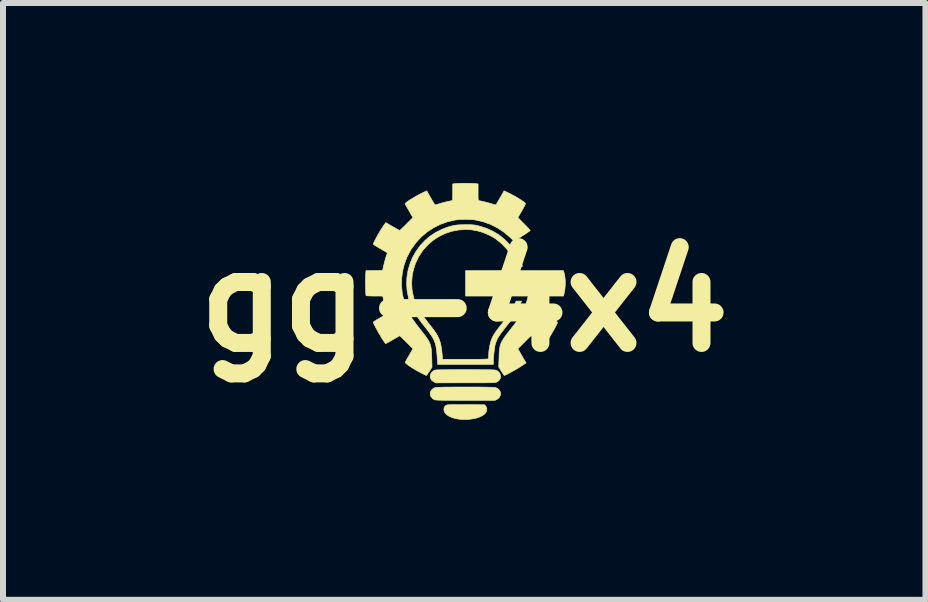
<source format=kicad_pcb>
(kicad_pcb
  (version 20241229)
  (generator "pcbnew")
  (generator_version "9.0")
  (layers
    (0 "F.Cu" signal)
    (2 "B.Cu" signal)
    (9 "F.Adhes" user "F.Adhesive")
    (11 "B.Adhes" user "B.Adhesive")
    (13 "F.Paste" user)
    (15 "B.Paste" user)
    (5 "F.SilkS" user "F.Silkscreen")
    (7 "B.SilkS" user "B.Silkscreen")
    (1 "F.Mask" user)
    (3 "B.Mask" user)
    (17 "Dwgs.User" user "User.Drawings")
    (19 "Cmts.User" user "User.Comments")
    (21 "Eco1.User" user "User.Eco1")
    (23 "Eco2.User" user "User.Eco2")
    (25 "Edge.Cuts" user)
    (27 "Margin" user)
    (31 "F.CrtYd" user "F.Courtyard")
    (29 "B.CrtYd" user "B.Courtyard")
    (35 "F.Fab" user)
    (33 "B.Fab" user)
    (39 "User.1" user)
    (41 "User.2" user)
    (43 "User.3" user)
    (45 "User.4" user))
  (footprint "gg-4x4"
    (layer "F.Cu")
    (at 4.688 1.977)
    (property "Reference" "gg-4x4" (at 0 0 0) (layer "F.SilkS") (effects (font (size 1.524 1.524) (thickness 0.3))))
    (attr through_hole)
    (fp_poly (pts (xy 0.023 1.718) (xy 0.034 1.718) (xy 0.34 1.72) (xy 0.359 1.742) (xy 0.373 1.765) (xy 0.377 1.794) (xy 0.377 1.798) (xy 0.37 1.833) (xy 0.348 1.866) (xy 0.313 1.896) (xy 0.265 1.921) (xy 0.206 1.941) (xy 0.183 1.947) (xy 0.11 1.959) (xy 0.034 1.966) (xy -0.039 1.965) (xy -0.065 1.963) (xy -0.14 1.951) (xy -0.203 1.933) (xy -0.256 1.91) (xy -0.296 1.882) (xy -0.324 1.85) (xy -0.337 1.814) (xy -0.339 1.798) (xy -0.333 1.763) (xy -0.316 1.738) (xy -0.294 1.725) (xy -0.283 1.722) (xy -0.262 1.72) (xy -0.23 1.719) (xy -0.187 1.718) (xy -0.13 1.718) (xy -0.061 1.718) (xy 0.023 1.718)) (stroke (width 0.01) (type solid)) (fill yes) (layer "F.SilkS"))
    (fp_poly (pts (xy 0.085 1.424) (xy 0.161 1.424) (xy 0.235 1.424) (xy 0.303 1.425) (xy 0.366 1.426) (xy 0.42 1.427) (xy 0.464 1.428) (xy 0.497 1.43) (xy 0.516 1.432) (xy 0.519 1.432) (xy 0.557 1.448) (xy 0.584 1.473) (xy 0.601 1.503) (xy 0.606 1.536) (xy 0.6 1.57) (xy 0.583 1.601) (xy 0.553 1.626) (xy 0.546 1.63) (xy 0.513 1.647) (xy 0.02 1.647) (xy -0.083 1.647) (xy -0.172 1.646) (xy -0.248 1.646) (xy -0.311 1.646) (xy -0.363 1.645) (xy -0.405 1.644) (xy -0.438 1.643) (xy -0.463 1.641) (xy -0.48 1.64) (xy -0.492 1.638) (xy -0.497 1.636) (xy -0.53 1.615) (xy -0.554 1.585) (xy -0.567 1.551) (xy -0.567 1.516) (xy -0.566 1.513) (xy -0.552 1.484) (xy -0.528 1.457) (xy -0.497 1.438) (xy -0.482 1.433) (xy -0.466 1.431) (xy -0.438 1.429) (xy -0.397 1.428) (xy -0.346 1.426) (xy -0.286 1.425) (xy -0.219 1.425) (xy -0.147 1.424) (xy -0.071 1.424) (xy 0.007 1.424) (xy 0.085 1.424)) (stroke (width 0.01) (type solid)) (fill yes) (layer "F.SilkS"))
    (fp_poly (pts (xy 0.119 1.135) (xy 0.205 1.135) (xy 0.278 1.136) (xy 0.339 1.136) (xy 0.389 1.136) (xy 0.429 1.137) (xy 0.461 1.138) (xy 0.486 1.139) (xy 0.505 1.14) (xy 0.519 1.142) (xy 0.529 1.144) (xy 0.536 1.146) (xy 0.543 1.149) (xy 0.546 1.151) (xy 0.579 1.177) (xy 0.599 1.209) (xy 0.607 1.243) (xy 0.603 1.276) (xy 0.587 1.307) (xy 0.558 1.332) (xy 0.544 1.34) (xy 0.537 1.343) (xy 0.529 1.345) (xy 0.519 1.347) (xy 0.505 1.349) (xy 0.487 1.351) (xy 0.463 1.352) (xy 0.432 1.353) (xy 0.393 1.353) (xy 0.345 1.354) (xy 0.287 1.354) (xy 0.216 1.354) (xy 0.133 1.354) (xy 0.036 1.354) (xy 0.019 1.354) (xy -0.475 1.355) (xy -0.508 1.337) (xy -0.541 1.313) (xy -0.561 1.282) (xy -0.568 1.248) (xy -0.563 1.214) (xy -0.544 1.182) (xy -0.513 1.154) (xy -0.508 1.151) (xy -0.502 1.148) (xy -0.496 1.145) (xy -0.488 1.143) (xy -0.477 1.141) (xy -0.461 1.139) (xy -0.441 1.138) (xy -0.414 1.137) (xy -0.379 1.137) (xy -0.336 1.136) (xy -0.283 1.136) (xy -0.218 1.135) (xy -0.141 1.135) (xy -0.051 1.135) (xy 0.019 1.135) (xy 0.119 1.135)) (stroke (width 0.01) (type solid)) (fill yes) (layer "F.SilkS"))
    (fp_poly (pts (xy 1.662 -0.491) (xy 1.677 -0.423) (xy 1.685 -0.347) (xy 1.684 -0.267) (xy 1.676 -0.188) (xy 1.663 -0.124) (xy 1.654 -0.092) (xy 1.526 -0.092) (xy 1.397 -0.092) (xy 1.383 -0.021) (xy 1.374 0.02) (xy 1.362 0.067) (xy 1.349 0.112) (xy 1.344 0.125) (xy 1.319 0.201) (xy 1.437 0.268) (xy 1.475 0.29) (xy 1.508 0.31) (xy 1.534 0.327) (xy 1.55 0.339) (xy 1.555 0.344) (xy 1.551 0.358) (xy 1.541 0.381) (xy 1.525 0.413) (xy 1.505 0.451) (xy 1.482 0.492) (xy 1.457 0.535) (xy 1.432 0.577) (xy 1.408 0.616) (xy 1.386 0.65) (xy 1.368 0.677) (xy 1.354 0.694) (xy 1.346 0.7) (xy 1.338 0.697) (xy 1.319 0.687) (xy 1.291 0.671) (xy 1.257 0.652) (xy 1.229 0.635) (xy 1.192 0.613) (xy 1.159 0.595) (xy 1.134 0.581) (xy 1.118 0.572) (xy 1.113 0.57) (xy 1.107 0.575) (xy 1.092 0.589) (xy 1.069 0.611) (xy 1.04 0.639) (xy 1.008 0.672) (xy 1.002 0.678) (xy 0.894 0.786) (xy 0.948 0.88) (xy 0.969 0.916) (xy 0.988 0.95) (xy 1.004 0.977) (xy 1.015 0.995) (xy 1.017 0.998) (xy 1.032 1.022) (xy 0.944 1.08) (xy 0.917 1.098) (xy 0.882 1.119) (xy 0.844 1.141) (xy 0.804 1.163) (xy 0.764 1.185) (xy 0.729 1.204) (xy 0.699 1.219) (xy 0.677 1.228) (xy 0.667 1.232) (xy 0.662 1.225) (xy 0.65 1.209) (xy 0.634 1.184) (xy 0.619 1.161) (xy 0.575 1.09) (xy 0.58 0.943) (xy 0.582 0.878) (xy 0.585 0.823) (xy 0.591 0.776) (xy 0.6 0.734) (xy 0.613 0.695) (xy 0.632 0.657) (xy 0.657 0.616) (xy 0.688 0.571) (xy 0.728 0.518) (xy 0.765 0.472) (xy 0.799 0.428) (xy 0.833 0.385) (xy 0.863 0.345) (xy 0.888 0.311) (xy 0.907 0.285) (xy 0.911 0.279) (xy 0.942 0.228) (xy 0.973 0.169) (xy 1.001 0.107) (xy 1.026 0.045) (xy 1.046 -0.013) (xy 1.058 -0.062) (xy 1.059 -0.064) (xy 1.064 -0.092) (xy 0.023 -0.092) (xy 0.023 -0.516) (xy 1.654 -0.516) (xy 1.662 -0.491)) (stroke (width 0.01) (type solid)) (fill yes) (layer "F.SilkS"))
    (fp_poly (pts (xy 0.075 -1.281) (xy 0.115 -1.281) (xy 0.147 -1.279) (xy 0.174 -1.276) (xy 0.2 -1.272) (xy 0.227 -1.265) (xy 0.249 -1.26) (xy 0.369 -1.222) (xy 0.479 -1.172) (xy 0.58 -1.111) (xy 0.673 -1.037) (xy 0.757 -0.951) (xy 0.833 -0.852) (xy 0.901 -0.74) (xy 0.926 -0.694) (xy 0.947 -0.651) (xy 0.961 -0.621) (xy 0.967 -0.6) (xy 0.967 -0.587) (xy 0.961 -0.58) (xy 0.947 -0.578) (xy 0.929 -0.578) (xy 0.889 -0.578) (xy 0.845 -0.668) (xy 0.785 -0.774) (xy 0.714 -0.87) (xy 0.638 -0.951) (xy 0.578 -1.004) (xy 0.521 -1.048) (xy 0.46 -1.085) (xy 0.405 -1.113) (xy 0.309 -1.153) (xy 0.215 -1.18) (xy 0.121 -1.196) (xy 0.02 -1.201) (xy 0.019 -1.201) (xy -0.097 -1.193) (xy -0.21 -1.171) (xy -0.318 -1.135) (xy -0.421 -1.085) (xy -0.516 -1.023) (xy -0.604 -0.948) (xy -0.682 -0.862) (xy -0.7 -0.839) (xy -0.762 -0.742) (xy -0.811 -0.64) (xy -0.847 -0.532) (xy -0.868 -0.42) (xy -0.876 -0.307) (xy -0.869 -0.193) (xy -0.847 -0.081) (xy -0.842 -0.062) (xy -0.828 -0.018) (xy -0.813 0.024) (xy -0.794 0.065) (xy -0.772 0.108) (xy -0.745 0.153) (xy -0.712 0.203) (xy -0.673 0.259) (xy -0.625 0.322) (xy -0.569 0.394) (xy -0.546 0.423) (xy -0.503 0.48) (xy -0.467 0.532) (xy -0.439 0.58) (xy -0.417 0.628) (xy -0.4 0.679) (xy -0.387 0.735) (xy -0.376 0.801) (xy -0.368 0.877) (xy -0.365 0.91) (xy -0.361 0.962) (xy 0.019 0.962) (xy 0.106 0.962) (xy 0.179 0.962) (xy 0.239 0.962) (xy 0.287 0.961) (xy 0.325 0.96) (xy 0.353 0.959) (xy 0.374 0.958) (xy 0.388 0.957) (xy 0.397 0.955) (xy 0.402 0.952) (xy 0.403 0.95) (xy 0.406 0.936) (xy 0.407 0.913) (xy 0.408 0.886) (xy 0.411 0.826) (xy 0.421 0.76) (xy 0.435 0.695) (xy 0.452 0.638) (xy 0.454 0.632) (xy 0.467 0.603) (xy 0.481 0.573) (xy 0.5 0.542) (xy 0.523 0.507) (xy 0.553 0.466) (xy 0.59 0.417) (xy 0.636 0.359) (xy 0.64 0.354) (xy 0.686 0.296) (xy 0.723 0.247) (xy 0.753 0.204) (xy 0.778 0.166) (xy 0.8 0.13) (xy 0.819 0.093) (xy 0.832 0.065) (xy 0.866 -0.008) (xy 0.954 -0.008) (xy 0.936 0.041) (xy 0.915 0.092) (xy 0.892 0.141) (xy 0.864 0.19) (xy 0.831 0.241) (xy 0.791 0.297) (xy 0.742 0.362) (xy 0.739 0.365) (xy 0.709 0.403) (xy 0.678 0.443) (xy 0.648 0.481) (xy 0.625 0.511) (xy 0.582 0.57) (xy 0.551 0.625) (xy 0.527 0.68) (xy 0.515 0.722) (xy 0.509 0.753) (xy 0.503 0.795) (xy 0.497 0.844) (xy 0.492 0.896) (xy 0.488 0.948) (xy 0.485 0.994) (xy 0.485 1.018) (xy 0.485 1.047) (xy -0.443 1.047) (xy -0.452 0.91) (xy -0.458 0.841) (xy -0.465 0.781) (xy -0.474 0.729) (xy -0.488 0.682) (xy -0.506 0.638) (xy -0.531 0.592) (xy -0.563 0.544) (xy -0.602 0.49) (xy -0.651 0.427) (xy -0.711 0.351) (xy -0.761 0.283) (xy -0.803 0.222) (xy -0.838 0.166) (xy -0.866 0.113) (xy -0.89 0.06) (xy -0.909 0.006) (xy -0.926 -0.051) (xy -0.927 -0.054) (xy -0.951 -0.172) (xy -0.96 -0.289) (xy -0.955 -0.405) (xy -0.937 -0.518) (xy -0.905 -0.628) (xy -0.862 -0.734) (xy -0.806 -0.833) (xy -0.74 -0.926) (xy -0.662 -1.011) (xy -0.575 -1.086) (xy -0.479 -1.151) (xy -0.373 -1.204) (xy -0.308 -1.23) (xy -0.254 -1.248) (xy -0.207 -1.261) (xy -0.163 -1.271) (xy -0.117 -1.277) (xy -0.066 -1.28) (xy -0.006 -1.281) (xy 0.023 -1.282) (xy 0.075 -1.281)) (stroke (width 0.01) (type solid)) (fill yes) (layer "F.SilkS"))
    (fp_poly (pts (xy 0.087 -1.972) (xy 0.134 -1.97) (xy 0.171 -1.968) (xy 0.183 -1.967) (xy 0.231 -1.961) (xy 0.231 -1.824) (xy 0.231 -1.775) (xy 0.231 -1.739) (xy 0.232 -1.714) (xy 0.234 -1.698) (xy 0.237 -1.689) (xy 0.241 -1.685) (xy 0.246 -1.683) (xy 0.248 -1.682) (xy 0.264 -1.679) (xy 0.29 -1.674) (xy 0.32 -1.667) (xy 0.323 -1.666) (xy 0.358 -1.658) (xy 0.4 -1.647) (xy 0.441 -1.634) (xy 0.453 -1.631) (xy 0.487 -1.62) (xy 0.51 -1.614) (xy 0.523 -1.613) (xy 0.531 -1.616) (xy 0.532 -1.617) (xy 0.538 -1.627) (xy 0.55 -1.648) (xy 0.567 -1.677) (xy 0.587 -1.712) (xy 0.602 -1.737) (xy 0.664 -1.846) (xy 0.723 -1.819) (xy 0.762 -1.8) (xy 0.805 -1.777) (xy 0.85 -1.753) (xy 0.894 -1.727) (xy 0.934 -1.702) (xy 0.97 -1.678) (xy 0.997 -1.658) (xy 1.015 -1.643) (xy 1.021 -1.635) (xy 1.019 -1.626) (xy 1.009 -1.605) (xy 0.995 -1.576) (xy 0.976 -1.541) (xy 0.96 -1.513) (xy 0.894 -1.4) (xy 0.998 -1.296) (xy 1.03 -1.264) (xy 1.058 -1.234) (xy 1.08 -1.21) (xy 1.094 -1.193) (xy 1.099 -1.184) (xy 1.099 -1.184) (xy 1.092 -1.177) (xy 1.074 -1.164) (xy 1.046 -1.145) (xy 1.012 -1.122) (xy 0.972 -1.097) (xy 0.963 -1.091) (xy 0.831 -1.007) (xy 0.762 -1.073) (xy 0.66 -1.158) (xy 0.553 -1.229) (xy 0.439 -1.286) (xy 0.318 -1.33) (xy 0.193 -1.359) (xy 0.146 -1.365) (xy 0.089 -1.368) (xy 0.026 -1.37) (xy -0.037 -1.369) (xy -0.096 -1.366) (xy -0.146 -1.36) (xy -0.155 -1.359) (xy -0.281 -1.329) (xy -0.401 -1.286) (xy -0.514 -1.229) (xy -0.619 -1.16) (xy -0.715 -1.079) (xy -0.801 -0.986) (xy -0.877 -0.883) (xy -0.897 -0.85) (xy -0.955 -0.74) (xy -0.998 -0.624) (xy -1.028 -0.503) (xy -1.043 -0.38) (xy -1.045 -0.256) (xy -1.032 -0.132) (xy -1.004 -0.01) (xy -0.985 0.05) (xy -0.967 0.098) (xy -0.947 0.144) (xy -0.925 0.188) (xy -0.899 0.233) (xy -0.869 0.281) (xy -0.831 0.334) (xy -0.787 0.394) (xy -0.734 0.463) (xy -0.717 0.484) (xy -0.671 0.543) (xy -0.634 0.592) (xy -0.605 0.635) (xy -0.583 0.675) (xy -0.567 0.713) (xy -0.556 0.753) (xy -0.549 0.797) (xy -0.544 0.848) (xy -0.542 0.909) (xy -0.541 0.94) (xy -0.537 1.092) (xy -0.581 1.162) (xy -0.6 1.19) (xy -0.615 1.213) (xy -0.626 1.227) (xy -0.63 1.231) (xy -0.639 1.228) (xy -0.658 1.219) (xy -0.685 1.206) (xy -0.712 1.192) (xy -0.794 1.149) (xy -0.871 1.103) (xy -0.938 1.058) (xy -0.945 1.052) (xy -0.969 1.033) (xy -0.98 1.02) (xy -0.982 1.01) (xy -0.976 0.999) (xy -0.964 0.977) (xy -0.948 0.948) (xy -0.928 0.913) (xy -0.916 0.891) (xy -0.854 0.786) (xy -0.963 0.678) (xy -0.996 0.645) (xy -1.025 0.616) (xy -1.049 0.593) (xy -1.066 0.577) (xy -1.074 0.57) (xy -1.074 0.57) (xy -1.081 0.573) (xy -1.099 0.583) (xy -1.127 0.599) (xy -1.16 0.618) (xy -1.189 0.635) (xy -1.227 0.657) (xy -1.26 0.675) (xy -1.286 0.689) (xy -1.303 0.698) (xy -1.308 0.7) (xy -1.316 0.694) (xy -1.33 0.676) (xy -1.348 0.649) (xy -1.37 0.615) (xy -1.394 0.575) (xy -1.419 0.533) (xy -1.443 0.491) (xy -1.466 0.449) (xy -1.486 0.412) (xy -1.502 0.38) (xy -1.512 0.357) (xy -1.516 0.344) (xy -1.516 0.343) (xy -1.51 0.337) (xy -1.492 0.325) (xy -1.465 0.307) (xy -1.431 0.287) (xy -1.398 0.268) (xy -1.281 0.201) (xy -1.307 0.122) (xy -1.319 0.08) (xy -1.332 0.034) (xy -1.342 -0.009) (xy -1.345 -0.025) (xy -1.359 -0.092) (xy -1.495 -0.092) (xy -1.545 -0.093) (xy -1.586 -0.094) (xy -1.616 -0.096) (xy -1.632 -0.098) (xy -1.636 -0.1) (xy -1.638 -0.112) (xy -1.641 -0.136) (xy -1.643 -0.17) (xy -1.644 -0.211) (xy -1.645 -0.256) (xy -1.646 -0.303) (xy -1.646 -0.349) (xy -1.645 -0.39) (xy -1.644 -0.425) (xy -1.644 -0.433) (xy -1.638 -0.515) (xy -1.36 -0.52) (xy -1.343 -0.6) (xy -1.332 -0.643) (xy -1.32 -0.69) (xy -1.308 -0.732) (xy -1.303 -0.747) (xy -1.281 -0.813) (xy -1.398 -0.882) (xy -1.436 -0.904) (xy -1.469 -0.924) (xy -1.495 -0.94) (xy -1.511 -0.952) (xy -1.516 -0.956) (xy -1.512 -0.971) (xy -1.502 -0.995) (xy -1.485 -1.028) (xy -1.464 -1.067) (xy -1.441 -1.11) (xy -1.415 -1.154) (xy -1.39 -1.196) (xy -1.365 -1.235) (xy -1.343 -1.268) (xy -1.337 -1.276) (xy -1.307 -1.317) (xy -1.279 -1.3) (xy -1.243 -1.279) (xy -1.205 -1.257) (xy -1.167 -1.236) (xy -1.134 -1.217) (xy -1.105 -1.201) (xy -1.085 -1.19) (xy -1.076 -1.185) (xy -1.075 -1.185) (xy -1.069 -1.191) (xy -1.053 -1.205) (xy -1.03 -1.227) (xy -1.001 -1.255) (xy -0.968 -1.287) (xy -0.963 -1.293) (xy -0.855 -1.4) (xy -0.92 -1.513) (xy -0.942 -1.55) (xy -0.96 -1.583) (xy -0.974 -1.609) (xy -0.983 -1.626) (xy -0.985 -1.632) (xy -0.979 -1.641) (xy -0.961 -1.656) (xy -0.934 -1.676) (xy -0.899 -1.699) (xy -0.859 -1.723) (xy -0.817 -1.749) (xy -0.773 -1.773) (xy -0.731 -1.796) (xy -0.692 -1.815) (xy -0.69 -1.816) (xy -0.625 -1.846) (xy -0.563 -1.737) (xy -0.541 -1.699) (xy -0.522 -1.666) (xy -0.507 -1.64) (xy -0.497 -1.623) (xy -0.494 -1.618) (xy -0.488 -1.614) (xy -0.476 -1.614) (xy -0.456 -1.618) (xy -0.425 -1.627) (xy -0.414 -1.631) (xy -0.377 -1.642) (xy -0.342 -1.652) (xy -0.304 -1.662) (xy -0.259 -1.672) (xy -0.21 -1.682) (xy -0.204 -1.684) (xy -0.199 -1.688) (xy -0.196 -1.695) (xy -0.194 -1.709) (xy -0.193 -1.731) (xy -0.193 -1.764) (xy -0.192 -1.809) (xy -0.192 -1.824) (xy -0.192 -1.961) (xy -0.144 -1.967) (xy -0.112 -1.969) (xy -0.069 -1.971) (xy -0.018 -1.972) (xy 0.035 -1.972) (xy 0.087 -1.972)) (stroke (width 0.01) (type solid)) (fill yes) (layer "F.SilkS")))
  (gr_rect
    (start -3 -3)
    (end 12.376 6.948)
    (stroke (width 0.1) (type default))
    (fill no)
    (layer "Edge.Cuts")))
</source>
